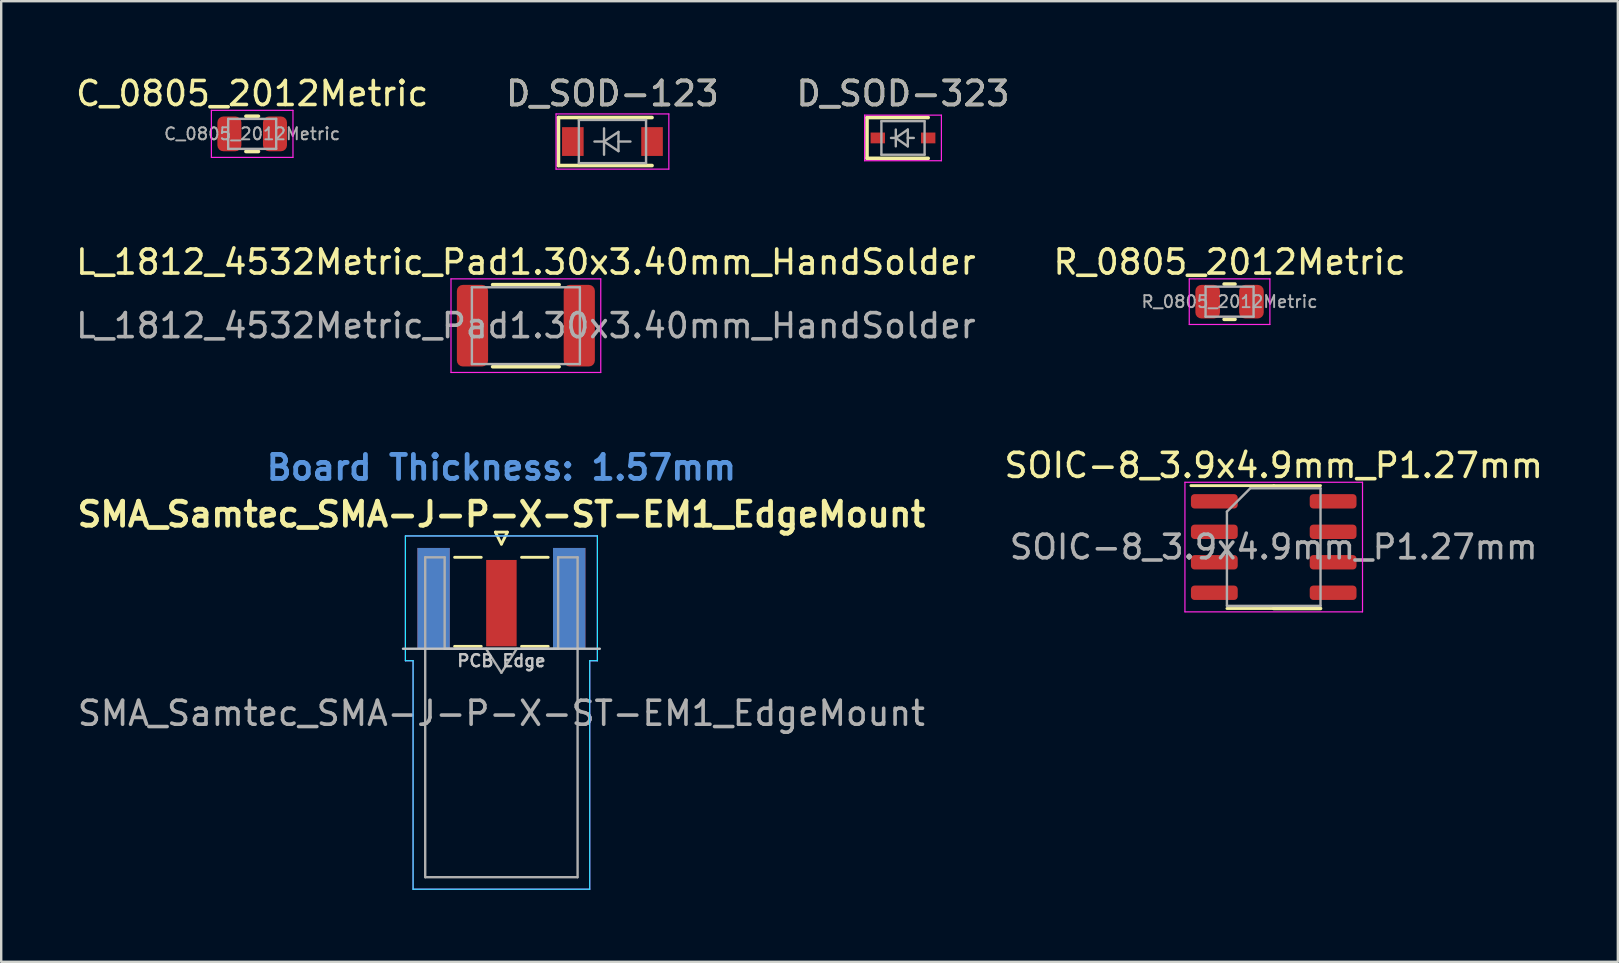
<source format=kicad_pcb>
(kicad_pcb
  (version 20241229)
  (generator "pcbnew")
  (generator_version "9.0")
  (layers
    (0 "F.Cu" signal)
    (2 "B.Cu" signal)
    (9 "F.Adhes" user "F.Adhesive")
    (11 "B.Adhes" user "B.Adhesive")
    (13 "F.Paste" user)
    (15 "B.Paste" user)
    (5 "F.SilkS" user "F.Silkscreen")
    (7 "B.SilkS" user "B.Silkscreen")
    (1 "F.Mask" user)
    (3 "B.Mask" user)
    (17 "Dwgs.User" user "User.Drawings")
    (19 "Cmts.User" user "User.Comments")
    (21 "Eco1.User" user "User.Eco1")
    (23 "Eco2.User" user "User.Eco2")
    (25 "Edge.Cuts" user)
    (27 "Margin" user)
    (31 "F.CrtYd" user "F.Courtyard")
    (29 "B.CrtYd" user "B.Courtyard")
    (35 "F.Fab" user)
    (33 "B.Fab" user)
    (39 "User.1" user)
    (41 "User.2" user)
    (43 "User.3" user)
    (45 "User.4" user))
  (footprint "R_0805_2012Metric"
    (layer "F.Cu")
    (at 48.185 9.521)
    (property "Reference" "R_0805_2012Metric" (at 0 -1.65 0) (layer "F.SilkS") (effects (font (size 1 1) (thickness 0.15))))
    (attr smd)
    (fp_line (start -0.227 -0.735) (end 0.227 -0.735) (stroke (width 0.15) (type solid)) (layer "F.SilkS"))
    (fp_line (start -0.227 0.735) (end 0.227 0.735) (stroke (width 0.15) (type solid)) (layer "F.SilkS"))
    (fp_line (start -1.68 -0.95) (end 1.68 -0.95) (stroke (width 0.05) (type solid)) (layer "F.CrtYd"))
    (fp_line (start -1.68 0.95) (end -1.68 -0.95) (stroke (width 0.05) (type solid)) (layer "F.CrtYd"))
    (fp_line (start 1.68 -0.95) (end 1.68 0.95) (stroke (width 0.05) (type solid)) (layer "F.CrtYd"))
    (fp_line (start 1.68 0.95) (end -1.68 0.95) (stroke (width 0.05) (type solid)) (layer "F.CrtYd"))
    (fp_line (start -1 -0.625) (end 1 -0.625) (stroke (width 0.1) (type solid)) (layer "F.Fab"))
    (fp_line (start -1 0.625) (end -1 -0.625) (stroke (width 0.1) (type solid)) (layer "F.Fab"))
    (fp_line (start 1 -0.625) (end 1 0.625) (stroke (width 0.1) (type solid)) (layer "F.Fab"))
    (fp_line (start 1 0.625) (end -1 0.625) (stroke (width 0.1) (type solid)) (layer "F.Fab"))
    (fp_text user "${REFERENCE}" (at 0 0 0) (layer "F.Fab") (effects (font (size 0.5 0.5) (thickness 0.08))))
    (pad "1" smd roundrect (at -0.912 0) (size 1.025 1.4) (layers "F.Cu" "F.Mask" "F.Paste") (roundrect_rratio 0.244))
    (pad "2" smd roundrect (at 0.912 0) (size 1.025 1.4) (layers "F.Cu" "F.Mask" "F.Paste") (roundrect_rratio 0.244)))
  (footprint "SMA_Samtec_SMA-J-P-X-ST-EM1_EdgeMount"
    (layer "F.Cu")
    (at 17.843 21.883)
    (property "Reference" "SMA_Samtec_SMA-J-P-X-ST-EM1_EdgeMount" (at 0 -3.5 0) (layer "F.SilkS") (effects (font (size 1 1) (thickness 0.2))))
    (attr smd)
    (fp_line (start -1.95 -1.71) (end -0.84 -1.71) (stroke (width 0.12) (type solid)) (layer "F.SilkS"))
    (fp_line (start -1.95 2) (end -0.84 2) (stroke (width 0.12) (type solid)) (layer "F.SilkS"))
    (fp_line (start -0.25 -2.76) (end 0 -2.26) (stroke (width 0.12) (type solid)) (layer "F.SilkS"))
    (fp_line (start 0 -2.26) (end 0.25 -2.76) (stroke (width 0.12) (type solid)) (layer "F.SilkS"))
    (fp_line (start 0.25 -2.76) (end -0.25 -2.76) (stroke (width 0.12) (type solid)) (layer "F.SilkS"))
    (fp_line (start 0.84 -1.71) (end 1.95 -1.71) (stroke (width 0.12) (type solid)) (layer "F.SilkS"))
    (fp_line (start 0.84 2) (end 1.95 2) (stroke (width 0.12) (type solid)) (layer "F.SilkS"))
    (fp_line (start 4.1 2.1) (end -4.1 2.1) (stroke (width 0.1) (type solid)) (layer "Dwgs.User"))
    (fp_line (start -4 -2.6) (end 4 -2.6) (stroke (width 0.05) (type solid)) (layer "B.CrtYd"))
    (fp_line (start -4 2.6) (end -4 -2.6) (stroke (width 0.05) (type solid)) (layer "B.CrtYd"))
    (fp_line (start -3.68 2.6) (end -4 2.6) (stroke (width 0.05) (type solid)) (layer "B.CrtYd"))
    (fp_line (start -3.68 12.12) (end -3.68 2.6) (stroke (width 0.05) (type solid)) (layer "B.CrtYd"))
    (fp_line (start 3.68 2.6) (end 3.68 12.12) (stroke (width 0.05) (type solid)) (layer "B.CrtYd"))
    (fp_line (start 3.68 12.12) (end -3.68 12.12) (stroke (width 0.05) (type solid)) (layer "B.CrtYd"))
    (fp_line (start 4 2.6) (end 3.68 2.6) (stroke (width 0.05) (type solid)) (layer "B.CrtYd"))
    (fp_line (start 4 2.6) (end 4 -2.6) (stroke (width 0.05) (type solid)) (layer "B.CrtYd"))
    (fp_line (start -4 -2.6) (end 4 -2.6) (stroke (width 0.05) (type solid)) (layer "F.CrtYd"))
    (fp_line (start -4 2.6) (end -4 -2.6) (stroke (width 0.05) (type solid)) (layer "F.CrtYd"))
    (fp_line (start -3.68 2.6) (end -4 2.6) (stroke (width 0.05) (type solid)) (layer "F.CrtYd"))
    (fp_line (start -3.68 12.12) (end -3.68 2.6) (stroke (width 0.05) (type solid)) (layer "F.CrtYd"))
    (fp_line (start 3.68 2.6) (end 3.68 12.12) (stroke (width 0.05) (type solid)) (layer "F.CrtYd"))
    (fp_line (start 3.68 2.6) (end 4 2.6) (stroke (width 0.05) (type solid)) (layer "F.CrtYd"))
    (fp_line (start 3.68 12.12) (end -3.68 12.12) (stroke (width 0.05) (type solid)) (layer "F.CrtYd"))
    (fp_line (start 4 2.6) (end 4 -2.6) (stroke (width 0.05) (type solid)) (layer "F.CrtYd"))
    (fp_line (start -3.175 -1.71) (end -3.175 11.62) (stroke (width 0.1) (type solid)) (layer "F.Fab"))
    (fp_line (start -2.365 -1.71) (end -3.175 -1.71) (stroke (width 0.1) (type solid)) (layer "F.Fab"))
    (fp_line (start -2.365 2.1) (end -2.365 -1.71) (stroke (width 0.1) (type solid)) (layer "F.Fab"))
    (fp_line (start 0 3.1) (end -0.64 2.1) (stroke (width 0.1) (type solid)) (layer "F.Fab"))
    (fp_line (start 0.64 2.1) (end 0 3.1) (stroke (width 0.1) (type solid)) (layer "F.Fab"))
    (fp_line (start 2.365 -1.71) (end 2.365 2.1) (stroke (width 0.1) (type solid)) (layer "F.Fab"))
    (fp_line (start 2.365 2.1) (end -2.365 2.1) (stroke (width 0.1) (type solid)) (layer "F.Fab"))
    (fp_line (start 3.165 11.62) (end -3.165 11.62) (stroke (width 0.1) (type solid)) (layer "F.Fab"))
    (fp_line (start 3.175 -1.71) (end 2.365 -1.71) (stroke (width 0.1) (type solid)) (layer "F.Fab"))
    (fp_line (start 3.175 -1.71) (end 3.175 11.62) (stroke (width 0.1) (type solid)) (layer "F.Fab"))
    (fp_text user "PCB Edge" (at 0 2.6 0) (layer "Dwgs.User") (effects (font (size 0.5 0.5) (thickness 0.1))))
    (fp_text user "Board Thickness: 1.57mm" (at 0 -5.45 0) (layer "Cmts.User") (effects (font (size 1 1) (thickness 0.2))))
    (fp_text user "${REFERENCE}" (at 0 4.79 180) (layer "F.Fab") (effects (font (size 1 1) (thickness 0.15))))
    (pad "1" smd rect (at 0 0.2) (size 1.27 3.6) (layers "F.Cu" "F.Mask" "F.Paste"))
    (pad "2" smd rect (at -2.825 0) (size 1.35 4.2) (layers "F.Cu" "F.Mask" "F.Paste"))
    (pad "2" smd rect (at -2.825 0) (size 1.35 4.2) (layers "B.Cu" "B.Mask" "B.Paste"))
    (pad "2" smd rect (at 2.825 0) (size 1.35 4.2) (layers "F.Cu" "F.Mask" "F.Paste"))
    (pad "2" smd rect (at 2.825 0) (size 1.35 4.2) (layers "B.Cu" "B.Mask" "B.Paste")))
  (footprint "D_SOD-323"
    (layer "F.Cu")
    (at 34.577 2.698)
    (property "Reference" "D_SOD-323" (at 0 -1.85 0) (layer "F.SilkS") (effects (font (size 1 1) (thickness 0.15))))
    (attr smd)
    (fp_line (start -1.5 -0.85) (end -1.5 0.85) (stroke (width 0.15) (type solid)) (layer "F.SilkS"))
    (fp_line (start -1.5 -0.85) (end 1.05 -0.85) (stroke (width 0.15) (type solid)) (layer "F.SilkS"))
    (fp_line (start -1.5 0.85) (end 1.05 0.85) (stroke (width 0.15) (type solid)) (layer "F.SilkS"))
    (fp_line (start -1.6 -0.95) (end -1.6 0.95) (stroke (width 0.05) (type solid)) (layer "F.CrtYd"))
    (fp_line (start -1.6 -0.95) (end 1.6 -0.95) (stroke (width 0.05) (type solid)) (layer "F.CrtYd"))
    (fp_line (start -1.6 0.95) (end 1.6 0.95) (stroke (width 0.05) (type solid)) (layer "F.CrtYd"))
    (fp_line (start 1.6 -0.95) (end 1.6 0.95) (stroke (width 0.05) (type solid)) (layer "F.CrtYd"))
    (fp_line (start -0.9 -0.7) (end 0.9 -0.7) (stroke (width 0.1) (type solid)) (layer "F.Fab"))
    (fp_line (start -0.9 0.7) (end -0.9 -0.7) (stroke (width 0.1) (type solid)) (layer "F.Fab"))
    (fp_line (start -0.3 -0.35) (end -0.3 0.35) (stroke (width 0.1) (type solid)) (layer "F.Fab"))
    (fp_line (start -0.3 0) (end -0.5 0) (stroke (width 0.1) (type solid)) (layer "F.Fab"))
    (fp_line (start -0.3 0) (end 0.2 -0.35) (stroke (width 0.1) (type solid)) (layer "F.Fab"))
    (fp_line (start 0.2 -0.35) (end 0.2 0.35) (stroke (width 0.1) (type solid)) (layer "F.Fab"))
    (fp_line (start 0.2 0) (end 0.45 0) (stroke (width 0.1) (type solid)) (layer "F.Fab"))
    (fp_line (start 0.2 0.35) (end -0.3 0) (stroke (width 0.1) (type solid)) (layer "F.Fab"))
    (fp_line (start 0.9 -0.7) (end 0.9 0.7) (stroke (width 0.1) (type solid)) (layer "F.Fab"))
    (fp_line (start 0.9 0.7) (end -0.9 0.7) (stroke (width 0.1) (type solid)) (layer "F.Fab"))
    (fp_text user "${REFERENCE}" (at 0 -1.85 0) (layer "F.Fab") (effects (font (size 1 1) (thickness 0.15))))
    (pad "1" smd rect (at -1.05 0) (size 0.6 0.45) (layers "F.Cu" "F.Mask" "F.Paste"))
    (pad "2" smd rect (at 1.05 0) (size 0.6 0.45) (layers "F.Cu" "F.Mask" "F.Paste")))
  (footprint "D_SOD-123"
    (layer "F.Cu")
    (at 22.47 2.848)
    (property "Reference" "D_SOD-123" (at 0 -2 0) (layer "F.SilkS") (effects (font (size 1 1) (thickness 0.15))))
    (attr smd)
    (fp_line (start -2.25 -1) (end -2.25 1) (stroke (width 0.15) (type solid)) (layer "F.SilkS"))
    (fp_line (start -2.25 -1) (end 1.65 -1) (stroke (width 0.15) (type solid)) (layer "F.SilkS"))
    (fp_line (start -2.25 1) (end 1.65 1) (stroke (width 0.15) (type solid)) (layer "F.SilkS"))
    (fp_line (start -2.35 -1.15) (end -2.35 1.15) (stroke (width 0.05) (type solid)) (layer "F.CrtYd"))
    (fp_line (start -2.35 -1.15) (end 2.35 -1.15) (stroke (width 0.05) (type solid)) (layer "F.CrtYd"))
    (fp_line (start 2.35 -1.15) (end 2.35 1.15) (stroke (width 0.05) (type solid)) (layer "F.CrtYd"))
    (fp_line (start 2.35 1.15) (end -2.35 1.15) (stroke (width 0.05) (type solid)) (layer "F.CrtYd"))
    (fp_line (start -1.4 -0.9) (end 1.4 -0.9) (stroke (width 0.1) (type solid)) (layer "F.Fab"))
    (fp_line (start -1.4 0.9) (end -1.4 -0.9) (stroke (width 0.1) (type solid)) (layer "F.Fab"))
    (fp_line (start -0.75 0) (end -0.35 0) (stroke (width 0.1) (type solid)) (layer "F.Fab"))
    (fp_line (start -0.35 0) (end -0.35 -0.55) (stroke (width 0.1) (type solid)) (layer "F.Fab"))
    (fp_line (start -0.35 0) (end -0.35 0.55) (stroke (width 0.1) (type solid)) (layer "F.Fab"))
    (fp_line (start -0.35 0) (end 0.25 -0.4) (stroke (width 0.1) (type solid)) (layer "F.Fab"))
    (fp_line (start 0.25 -0.4) (end 0.25 0.4) (stroke (width 0.1) (type solid)) (layer "F.Fab"))
    (fp_line (start 0.25 0) (end 0.75 0) (stroke (width 0.1) (type solid)) (layer "F.Fab"))
    (fp_line (start 0.25 0.4) (end -0.35 0) (stroke (width 0.1) (type solid)) (layer "F.Fab"))
    (fp_line (start 1.4 -0.9) (end 1.4 0.9) (stroke (width 0.1) (type solid)) (layer "F.Fab"))
    (fp_line (start 1.4 0.9) (end -1.4 0.9) (stroke (width 0.1) (type solid)) (layer "F.Fab"))
    (fp_text user "${REFERENCE}" (at 0 -2 0) (layer "F.Fab") (effects (font (size 1 1) (thickness 0.15))))
    (pad "1" smd rect (at -1.65 0) (size 0.9 1.2) (layers "F.Cu" "F.Mask" "F.Paste"))
    (pad "2" smd rect (at 1.65 0) (size 0.9 1.2) (layers "F.Cu" "F.Mask" "F.Paste")))
  (footprint "L_1812_4532Metric_Pad1.30x3.40mm_HandSolder"
    (layer "F.Cu")
    (at 18.863 10.521)
    (property "Reference" "L_1812_4532Metric_Pad1.30x3.40mm_HandSolder" (at 0 -2.65 0) (layer "F.SilkS") (effects (font (size 1 1) (thickness 0.15))))
    (attr smd)
    (fp_line (start -1.386 -1.71) (end 1.386 -1.71) (stroke (width 0.15) (type solid)) (layer "F.SilkS"))
    (fp_line (start -1.386 1.71) (end 1.386 1.71) (stroke (width 0.15) (type solid)) (layer "F.SilkS"))
    (fp_line (start -3.12 -1.95) (end 3.12 -1.95) (stroke (width 0.05) (type solid)) (layer "F.CrtYd"))
    (fp_line (start -3.12 1.95) (end -3.12 -1.95) (stroke (width 0.05) (type solid)) (layer "F.CrtYd"))
    (fp_line (start 3.12 -1.95) (end 3.12 1.95) (stroke (width 0.05) (type solid)) (layer "F.CrtYd"))
    (fp_line (start 3.12 1.95) (end -3.12 1.95) (stroke (width 0.05) (type solid)) (layer "F.CrtYd"))
    (fp_line (start -2.25 -1.6) (end 2.25 -1.6) (stroke (width 0.1) (type solid)) (layer "F.Fab"))
    (fp_line (start -2.25 1.6) (end -2.25 -1.6) (stroke (width 0.1) (type solid)) (layer "F.Fab"))
    (fp_line (start 2.25 -1.6) (end 2.25 1.6) (stroke (width 0.1) (type solid)) (layer "F.Fab"))
    (fp_line (start 2.25 1.6) (end -2.25 1.6) (stroke (width 0.1) (type solid)) (layer "F.Fab"))
    (fp_text user "${REFERENCE}" (at 0 0 0) (layer "F.Fab") (effects (font (size 1 1) (thickness 0.15))))
    (pad "1" smd roundrect (at -2.225 0) (size 1.3 3.4) (layers "F.Cu" "F.Mask" "F.Paste") (roundrect_rratio 0.192))
    (pad "2" smd roundrect (at 2.225 0) (size 1.3 3.4) (layers "F.Cu" "F.Mask" "F.Paste") (roundrect_rratio 0.192)))
  (footprint "C_0805_2012Metric"
    (layer "F.Cu")
    (at 7.458 2.528)
    (property "Reference" "C_0805_2012Metric" (at 0 -1.68 0) (layer "F.SilkS") (effects (font (size 1 1) (thickness 0.15))))
    (attr smd)
    (fp_line (start -0.261 -0.735) (end 0.261 -0.735) (stroke (width 0.15) (type solid)) (layer "F.SilkS"))
    (fp_line (start -0.261 0.735) (end 0.261 0.735) (stroke (width 0.15) (type solid)) (layer "F.SilkS"))
    (fp_line (start -1.7 -0.98) (end 1.7 -0.98) (stroke (width 0.05) (type solid)) (layer "F.CrtYd"))
    (fp_line (start -1.7 0.98) (end -1.7 -0.98) (stroke (width 0.05) (type solid)) (layer "F.CrtYd"))
    (fp_line (start 1.7 -0.98) (end 1.7 0.98) (stroke (width 0.05) (type solid)) (layer "F.CrtYd"))
    (fp_line (start 1.7 0.98) (end -1.7 0.98) (stroke (width 0.05) (type solid)) (layer "F.CrtYd"))
    (fp_line (start -1 -0.625) (end 1 -0.625) (stroke (width 0.1) (type solid)) (layer "F.Fab"))
    (fp_line (start -1 0.625) (end -1 -0.625) (stroke (width 0.1) (type solid)) (layer "F.Fab"))
    (fp_line (start 1 -0.625) (end 1 0.625) (stroke (width 0.1) (type solid)) (layer "F.Fab"))
    (fp_line (start 1 0.625) (end -1 0.625) (stroke (width 0.1) (type solid)) (layer "F.Fab"))
    (fp_text user "${REFERENCE}" (at 0 0 0) (layer "F.Fab") (effects (font (size 0.5 0.5) (thickness 0.08))))
    (pad "1" smd roundrect (at -0.95 0) (size 1 1.45) (layers "F.Cu" "F.Mask" "F.Paste") (roundrect_rratio 0.25))
    (pad "2" smd roundrect (at 0.95 0) (size 1 1.45) (layers "F.Cu" "F.Mask" "F.Paste") (roundrect_rratio 0.25)))
  (footprint "SOIC-8_3.9x4.9mm_P1.27mm"
    (layer "F.Cu")
    (at 50.025 19.745)
    (property "Reference" "SOIC-8_3.9x4.9mm_P1.27mm" (at 0 -3.4 0) (layer "F.SilkS") (effects (font (size 1 1) (thickness 0.15))))
    (attr smd)
    (fp_line (start 0 -2.56) (end -3.45 -2.56) (stroke (width 0.12) (type solid)) (layer "F.SilkS"))
    (fp_line (start 0 -2.56) (end 1.95 -2.56) (stroke (width 0.12) (type solid)) (layer "F.SilkS"))
    (fp_line (start 0 2.56) (end -1.95 2.56) (stroke (width 0.12) (type solid)) (layer "F.SilkS"))
    (fp_line (start 0 2.56) (end 1.95 2.56) (stroke (width 0.15) (type solid)) (layer "F.SilkS"))
    (fp_line (start -3.7 -2.7) (end -3.7 2.7) (stroke (width 0.05) (type solid)) (layer "F.CrtYd"))
    (fp_line (start -3.7 2.7) (end 3.7 2.7) (stroke (width 0.05) (type solid)) (layer "F.CrtYd"))
    (fp_line (start 3.7 -2.7) (end -3.7 -2.7) (stroke (width 0.05) (type solid)) (layer "F.CrtYd"))
    (fp_line (start 3.7 2.7) (end 3.7 -2.7) (stroke (width 0.05) (type solid)) (layer "F.CrtYd"))
    (fp_line (start -1.95 -1.475) (end -0.975 -2.45) (stroke (width 0.1) (type solid)) (layer "F.Fab"))
    (fp_line (start -1.95 2.45) (end -1.95 -1.475) (stroke (width 0.1) (type solid)) (layer "F.Fab"))
    (fp_line (start -0.975 -2.45) (end 1.95 -2.45) (stroke (width 0.1) (type solid)) (layer "F.Fab"))
    (fp_line (start 1.95 -2.45) (end 1.95 2.45) (stroke (width 0.1) (type solid)) (layer "F.Fab"))
    (fp_line (start 1.95 2.45) (end -1.95 2.45) (stroke (width 0.1) (type solid)) (layer "F.Fab"))
    (fp_text user "${REFERENCE}" (at 0 0 0) (layer "F.Fab") (effects (font (size 0.98 0.98) (thickness 0.15))))
    (pad "1" smd roundrect (at -2.475 -1.905) (size 1.95 0.6) (layers "F.Cu" "F.Mask" "F.Paste") (roundrect_rratio 0.25))
    (pad "2" smd roundrect (at -2.475 -0.635) (size 1.95 0.6) (layers "F.Cu" "F.Mask" "F.Paste") (roundrect_rratio 0.25))
    (pad "3" smd roundrect (at -2.475 0.635) (size 1.95 0.6) (layers "F.Cu" "F.Mask" "F.Paste") (roundrect_rratio 0.25))
    (pad "4" smd roundrect (at -2.475 1.905) (size 1.95 0.6) (layers "F.Cu" "F.Mask" "F.Paste") (roundrect_rratio 0.25))
    (pad "5" smd roundrect (at 2.475 1.905) (size 1.95 0.6) (layers "F.Cu" "F.Mask" "F.Paste") (roundrect_rratio 0.25))
    (pad "6" smd roundrect (at 2.475 0.635) (size 1.95 0.6) (layers "F.Cu" "F.Mask" "F.Paste") (roundrect_rratio 0.25))
    (pad "7" smd roundrect (at 2.475 -0.635) (size 1.95 0.6) (layers "F.Cu" "F.Mask" "F.Paste") (roundrect_rratio 0.25))
    (pad "8" smd roundrect (at 2.475 -1.905) (size 1.95 0.6) (layers "F.Cu" "F.Mask" "F.Paste") (roundrect_rratio 0.25)))
  (gr_rect
    (start -3 -3)
    (end 64.364 37.028)
    (stroke (width 0.1) (type default))
    (fill no)
    (layer "Edge.Cuts")))
</source>
